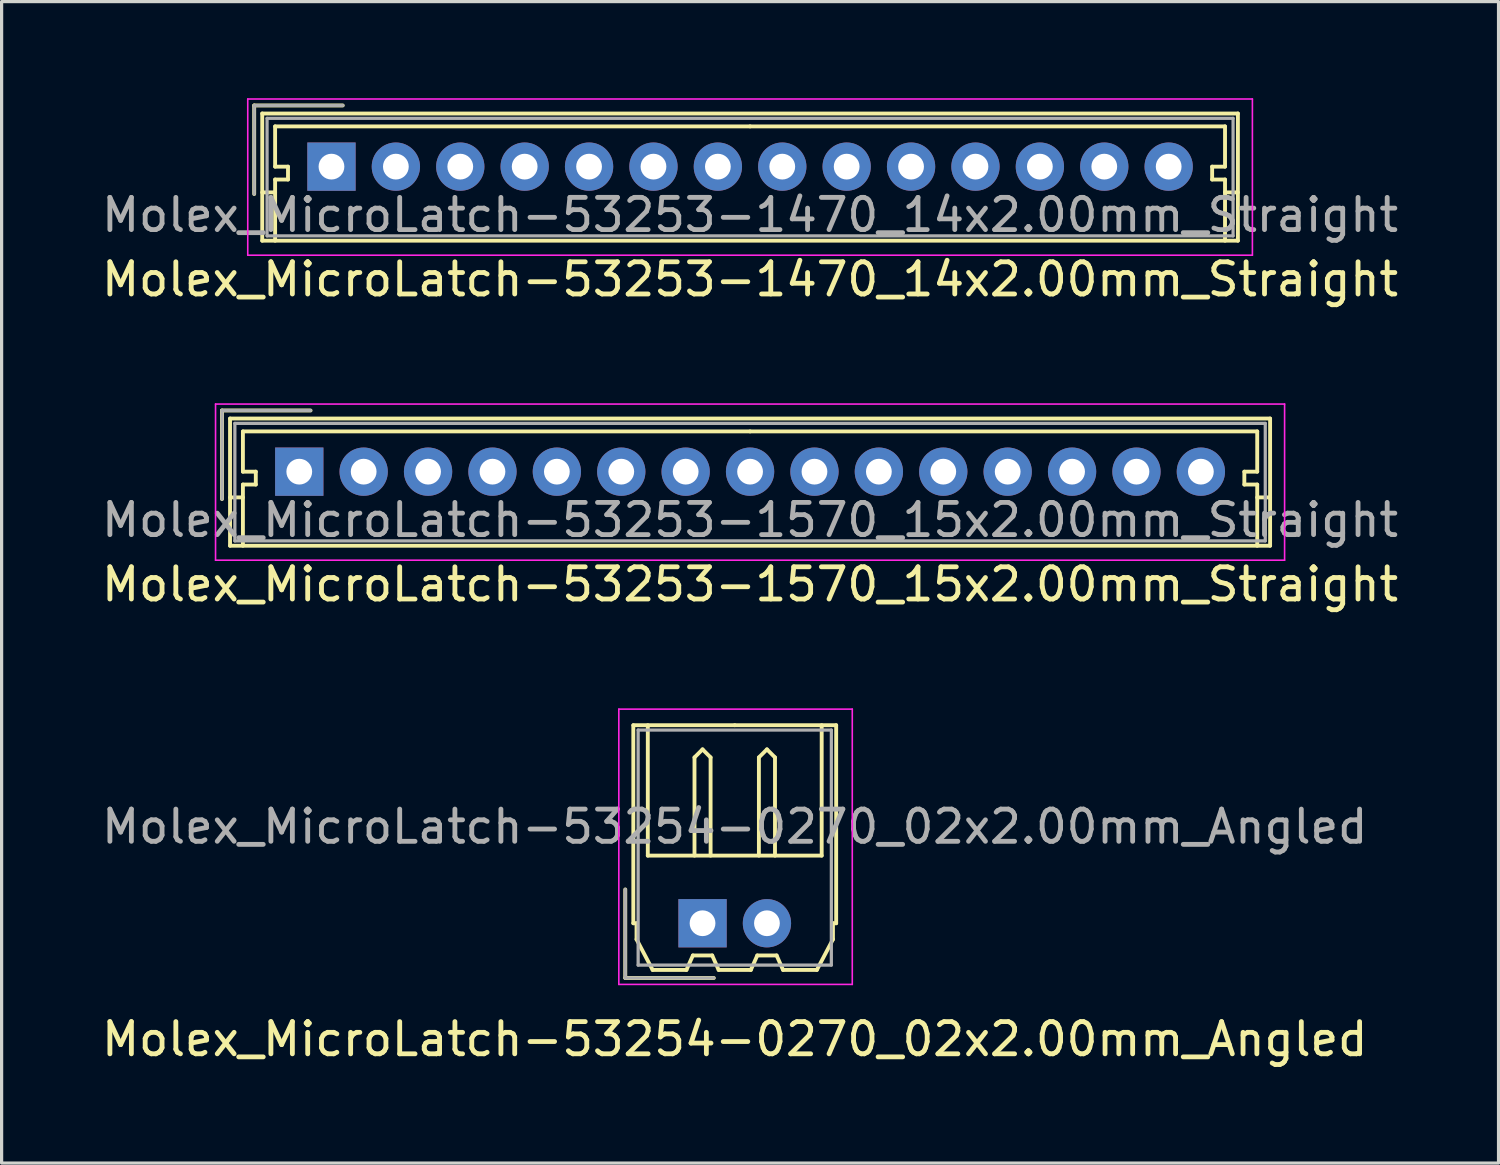
<source format=kicad_pcb>
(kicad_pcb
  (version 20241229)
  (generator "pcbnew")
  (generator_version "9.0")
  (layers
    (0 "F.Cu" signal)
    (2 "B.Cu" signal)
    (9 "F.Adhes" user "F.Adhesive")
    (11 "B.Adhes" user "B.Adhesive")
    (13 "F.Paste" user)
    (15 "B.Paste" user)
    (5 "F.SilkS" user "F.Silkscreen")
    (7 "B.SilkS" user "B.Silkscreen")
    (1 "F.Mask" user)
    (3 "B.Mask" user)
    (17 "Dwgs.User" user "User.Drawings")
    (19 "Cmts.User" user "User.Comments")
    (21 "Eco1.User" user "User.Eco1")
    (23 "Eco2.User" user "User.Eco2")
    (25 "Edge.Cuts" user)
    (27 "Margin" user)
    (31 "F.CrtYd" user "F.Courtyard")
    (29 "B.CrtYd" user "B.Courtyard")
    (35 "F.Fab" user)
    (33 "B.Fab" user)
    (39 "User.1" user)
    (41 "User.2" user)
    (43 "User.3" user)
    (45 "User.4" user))
  (footprint "Molex_MicroLatch-53253-1470_14x2.00mm_Straight"
    (layer "F.Cu")
    (at 7.244 2.125)
    (property "Reference" "Molex_MicroLatch-53253-1470_14x2.00mm_Straight" (at 13 3.5 0) (layer "F.SilkS") (effects (font (size 1 1) (thickness 0.15))))
    (attr through_hole)
    (fp_line (start -2.4 -1.9) (end -2.4 0.85) (stroke (width 0.12) (type solid)) (layer "F.SilkS"))
    (fp_line (start -2.15 -1.65) (end -2.15 2.3) (stroke (width 0.12) (type solid)) (layer "F.SilkS"))
    (fp_line (start -2.15 0.8) (end -1.75 0.8) (stroke (width 0.12) (type solid)) (layer "F.SilkS"))
    (fp_line (start -2.15 2.3) (end 28.15 2.3) (stroke (width 0.12) (type solid)) (layer "F.SilkS"))
    (fp_line (start -1.75 -1.25) (end -1.75 0) (stroke (width 0.12) (type solid)) (layer "F.SilkS"))
    (fp_line (start -1.75 0) (end -1.35 0) (stroke (width 0.12) (type solid)) (layer "F.SilkS"))
    (fp_line (start -1.75 0.4) (end -1.75 2.3) (stroke (width 0.12) (type solid)) (layer "F.SilkS"))
    (fp_line (start -1.35 0) (end -1.35 0.4) (stroke (width 0.12) (type solid)) (layer "F.SilkS"))
    (fp_line (start -1.35 0.4) (end -1.75 0.4) (stroke (width 0.12) (type solid)) (layer "F.SilkS"))
    (fp_line (start 0.35 -1.9) (end -2.4 -1.9) (stroke (width 0.12) (type solid)) (layer "F.SilkS"))
    (fp_line (start 13 -1.25) (end -1.75 -1.25) (stroke (width 0.12) (type solid)) (layer "F.SilkS"))
    (fp_line (start 13 -1.25) (end 27.75 -1.25) (stroke (width 0.12) (type solid)) (layer "F.SilkS"))
    (fp_line (start 27.35 0) (end 27.35 0.4) (stroke (width 0.12) (type solid)) (layer "F.SilkS"))
    (fp_line (start 27.35 0.4) (end 27.75 0.4) (stroke (width 0.12) (type solid)) (layer "F.SilkS"))
    (fp_line (start 27.75 -1.25) (end 27.75 0) (stroke (width 0.12) (type solid)) (layer "F.SilkS"))
    (fp_line (start 27.75 0) (end 27.35 0) (stroke (width 0.12) (type solid)) (layer "F.SilkS"))
    (fp_line (start 27.75 0.4) (end 27.75 2.3) (stroke (width 0.12) (type solid)) (layer "F.SilkS"))
    (fp_line (start 28.15 -1.65) (end -2.15 -1.65) (stroke (width 0.12) (type solid)) (layer "F.SilkS"))
    (fp_line (start 28.15 0.8) (end 27.75 0.8) (stroke (width 0.12) (type solid)) (layer "F.SilkS"))
    (fp_line (start 28.15 2.3) (end 28.15 -1.65) (stroke (width 0.12) (type solid)) (layer "F.SilkS"))
    (fp_line (start -2.6 -2.1) (end -2.6 2.75) (stroke (width 0.05) (type solid)) (layer "F.CrtYd"))
    (fp_line (start -2.6 2.75) (end 28.6 2.75) (stroke (width 0.05) (type solid)) (layer "F.CrtYd"))
    (fp_line (start 28.6 -2.1) (end -2.6 -2.1) (stroke (width 0.05) (type solid)) (layer "F.CrtYd"))
    (fp_line (start 28.6 2.75) (end 28.6 -2.1) (stroke (width 0.05) (type solid)) (layer "F.CrtYd"))
    (fp_line (start -2.4 -1.9) (end -2.4 0.85) (stroke (width 0.1) (type solid)) (layer "F.Fab"))
    (fp_line (start -2 -1.5) (end -2 2.15) (stroke (width 0.1) (type solid)) (layer "F.Fab"))
    (fp_line (start -2 2.15) (end 28 2.15) (stroke (width 0.1) (type solid)) (layer "F.Fab"))
    (fp_line (start 0.35 -1.9) (end -2.4 -1.9) (stroke (width 0.1) (type solid)) (layer "F.Fab"))
    (fp_line (start 28 -1.5) (end -2 -1.5) (stroke (width 0.1) (type solid)) (layer "F.Fab"))
    (fp_line (start 28 2.15) (end 28 -1.5) (stroke (width 0.1) (type solid)) (layer "F.Fab"))
    (fp_text user "${REFERENCE}" (at 13 1.5 0) (layer "F.Fab") (effects (font (size 1 1) (thickness 0.15))))
    (pad "1" thru_hole rect (at 0 0) (size 1.5 1.5) (drill 0.8) (layers "*.Cu" "*.Mask"))
    (pad "2" thru_hole circle (at 2 0) (size 1.5 1.5) (drill 0.8) (layers "*.Cu" "*.Mask"))
    (pad "3" thru_hole circle (at 4 0) (size 1.5 1.5) (drill 0.8) (layers "*.Cu" "*.Mask"))
    (pad "4" thru_hole circle (at 6 0) (size 1.5 1.5) (drill 0.8) (layers "*.Cu" "*.Mask"))
    (pad "5" thru_hole circle (at 8 0) (size 1.5 1.5) (drill 0.8) (layers "*.Cu" "*.Mask"))
    (pad "6" thru_hole circle (at 10 0) (size 1.5 1.5) (drill 0.8) (layers "*.Cu" "*.Mask"))
    (pad "7" thru_hole circle (at 12 0) (size 1.5 1.5) (drill 0.8) (layers "*.Cu" "*.Mask"))
    (pad "8" thru_hole circle (at 14 0) (size 1.5 1.5) (drill 0.8) (layers "*.Cu" "*.Mask"))
    (pad "9" thru_hole circle (at 16 0) (size 1.5 1.5) (drill 0.8) (layers "*.Cu" "*.Mask"))
    (pad "10" thru_hole circle (at 18 0) (size 1.5 1.5) (drill 0.8) (layers "*.Cu" "*.Mask"))
    (pad "11" thru_hole circle (at 20 0) (size 1.5 1.5) (drill 0.8) (layers "*.Cu" "*.Mask"))
    (pad "12" thru_hole circle (at 22 0) (size 1.5 1.5) (drill 0.8) (layers "*.Cu" "*.Mask"))
    (pad "13" thru_hole circle (at 24 0) (size 1.5 1.5) (drill 0.8) (layers "*.Cu" "*.Mask"))
    (pad "14" thru_hole circle (at 26 0) (size 1.5 1.5) (drill 0.8) (layers "*.Cu" "*.Mask")))
  (footprint "Molex_MicroLatch-53254-0270_02x2.00mm_Angled"
    (layer "F.Cu")
    (at 18.768 25.622)
    (property "Reference" "Molex_MicroLatch-53254-0270_02x2.00mm_Angled" (at 1 3.6 0) (layer "F.SilkS") (effects (font (size 1 1) (thickness 0.15))))
    (attr through_hole)
    (fp_line (start -2.4 1.7) (end -2.4 -1.05) (stroke (width 0.12) (type solid)) (layer "F.SilkS"))
    (fp_line (start -2.15 -6.15) (end 1 -6.15) (stroke (width 0.12) (type solid)) (layer "F.SilkS"))
    (fp_line (start -2.15 0) (end -2.15 -6.15) (stroke (width 0.12) (type solid)) (layer "F.SilkS"))
    (fp_line (start -2.05 0) (end -2.15 0) (stroke (width 0.12) (type solid)) (layer "F.SilkS"))
    (fp_line (start -2.05 0.5) (end -2.05 0) (stroke (width 0.12) (type solid)) (layer "F.SilkS"))
    (fp_line (start -1.7 -6.15) (end -1.7 -2.1) (stroke (width 0.12) (type solid)) (layer "F.SilkS"))
    (fp_line (start -1.7 -2.1) (end 3.7 -2.1) (stroke (width 0.12) (type solid)) (layer "F.SilkS"))
    (fp_line (start -1.55 1.45) (end -2.05 0.5) (stroke (width 0.12) (type solid)) (layer "F.SilkS"))
    (fp_line (start -0.5 1.45) (end -1.55 1.45) (stroke (width 0.12) (type solid)) (layer "F.SilkS"))
    (fp_line (start -0.3 1) (end -0.5 1.45) (stroke (width 0.12) (type solid)) (layer "F.SilkS"))
    (fp_line (start -0.3 1) (end 0.3 1) (stroke (width 0.12) (type solid)) (layer "F.SilkS"))
    (fp_line (start -0.25 -5.15) (end 0 -5.4) (stroke (width 0.12) (type solid)) (layer "F.SilkS"))
    (fp_line (start -0.25 -2.1) (end -0.25 -5.15) (stroke (width 0.12) (type solid)) (layer "F.SilkS"))
    (fp_line (start 0 -5.4) (end 0.25 -5.15) (stroke (width 0.12) (type solid)) (layer "F.SilkS"))
    (fp_line (start 0.25 -5.15) (end 0.25 -2.1) (stroke (width 0.12) (type solid)) (layer "F.SilkS"))
    (fp_line (start 0.3 1) (end 0.5 1.45) (stroke (width 0.12) (type solid)) (layer "F.SilkS"))
    (fp_line (start 0.35 1.7) (end -2.4 1.7) (stroke (width 0.12) (type solid)) (layer "F.SilkS"))
    (fp_line (start 0.5 1.45) (end 1.5 1.45) (stroke (width 0.12) (type solid)) (layer "F.SilkS"))
    (fp_line (start 1.5 1.45) (end 1.7 1) (stroke (width 0.12) (type solid)) (layer "F.SilkS"))
    (fp_line (start 1.7 1) (end 2.3 1) (stroke (width 0.12) (type solid)) (layer "F.SilkS"))
    (fp_line (start 1.75 -5.15) (end 2 -5.4) (stroke (width 0.12) (type solid)) (layer "F.SilkS"))
    (fp_line (start 1.75 -2.1) (end 1.75 -5.15) (stroke (width 0.12) (type solid)) (layer "F.SilkS"))
    (fp_line (start 2 -5.4) (end 2.25 -5.15) (stroke (width 0.12) (type solid)) (layer "F.SilkS"))
    (fp_line (start 2.25 -5.15) (end 2.25 -2.1) (stroke (width 0.12) (type solid)) (layer "F.SilkS"))
    (fp_line (start 2.3 1) (end 2.5 1.45) (stroke (width 0.12) (type solid)) (layer "F.SilkS"))
    (fp_line (start 2.5 1.45) (end 3.55 1.45) (stroke (width 0.12) (type solid)) (layer "F.SilkS"))
    (fp_line (start 3.55 1.45) (end 4.05 0.5) (stroke (width 0.12) (type solid)) (layer "F.SilkS"))
    (fp_line (start 3.7 -2.1) (end 3.7 -6.15) (stroke (width 0.12) (type solid)) (layer "F.SilkS"))
    (fp_line (start 4.05 0) (end 4.15 0) (stroke (width 0.12) (type solid)) (layer "F.SilkS"))
    (fp_line (start 4.05 0.5) (end 4.05 0) (stroke (width 0.12) (type solid)) (layer "F.SilkS"))
    (fp_line (start 4.15 -6.15) (end 1 -6.15) (stroke (width 0.12) (type solid)) (layer "F.SilkS"))
    (fp_line (start 4.15 0) (end 4.15 -6.15) (stroke (width 0.12) (type solid)) (layer "F.SilkS"))
    (fp_line (start -2.6 -6.65) (end -2.6 1.9) (stroke (width 0.05) (type solid)) (layer "F.CrtYd"))
    (fp_line (start -2.6 1.9) (end 4.65 1.9) (stroke (width 0.05) (type solid)) (layer "F.CrtYd"))
    (fp_line (start 4.65 -6.65) (end -2.6 -6.65) (stroke (width 0.05) (type solid)) (layer "F.CrtYd"))
    (fp_line (start 4.65 1.9) (end 4.65 -6.65) (stroke (width 0.05) (type solid)) (layer "F.CrtYd"))
    (fp_line (start -2.4 1.7) (end -2.4 -1.05) (stroke (width 0.1) (type solid)) (layer "F.Fab"))
    (fp_line (start -2 -6) (end -2 1.3) (stroke (width 0.1) (type solid)) (layer "F.Fab"))
    (fp_line (start -2 1.3) (end 4 1.3) (stroke (width 0.1) (type solid)) (layer "F.Fab"))
    (fp_line (start 0.35 1.7) (end -2.4 1.7) (stroke (width 0.1) (type solid)) (layer "F.Fab"))
    (fp_line (start 4 -6) (end -2 -6) (stroke (width 0.1) (type solid)) (layer "F.Fab"))
    (fp_line (start 4 1.3) (end 4 -6) (stroke (width 0.1) (type solid)) (layer "F.Fab"))
    (fp_text user "${REFERENCE}" (at 1 -3 0) (layer "F.Fab") (effects (font (size 1 1) (thickness 0.15))))
    (pad "1" thru_hole rect (at 0 0) (size 1.5 1.5) (drill 0.8) (layers "*.Cu" "*.Mask"))
    (pad "2" thru_hole circle (at 2 0) (size 1.5 1.5) (drill 0.8) (layers "*.Cu" "*.Mask")))
  (footprint "Molex_MicroLatch-53253-1570_15x2.00mm_Straight"
    (layer "F.Cu")
    (at 6.244 11.598)
    (property "Reference" "Molex_MicroLatch-53253-1570_15x2.00mm_Straight" (at 14 3.5 0) (layer "F.SilkS") (effects (font (size 1 1) (thickness 0.15))))
    (attr through_hole)
    (fp_line (start -2.4 -1.9) (end -2.4 0.85) (stroke (width 0.12) (type solid)) (layer "F.SilkS"))
    (fp_line (start -2.15 -1.65) (end -2.15 2.3) (stroke (width 0.12) (type solid)) (layer "F.SilkS"))
    (fp_line (start -2.15 0.8) (end -1.75 0.8) (stroke (width 0.12) (type solid)) (layer "F.SilkS"))
    (fp_line (start -2.15 2.3) (end 30.15 2.3) (stroke (width 0.12) (type solid)) (layer "F.SilkS"))
    (fp_line (start -1.75 -1.25) (end -1.75 0) (stroke (width 0.12) (type solid)) (layer "F.SilkS"))
    (fp_line (start -1.75 0) (end -1.35 0) (stroke (width 0.12) (type solid)) (layer "F.SilkS"))
    (fp_line (start -1.75 0.4) (end -1.75 2.3) (stroke (width 0.12) (type solid)) (layer "F.SilkS"))
    (fp_line (start -1.35 0) (end -1.35 0.4) (stroke (width 0.12) (type solid)) (layer "F.SilkS"))
    (fp_line (start -1.35 0.4) (end -1.75 0.4) (stroke (width 0.12) (type solid)) (layer "F.SilkS"))
    (fp_line (start 0.35 -1.9) (end -2.4 -1.9) (stroke (width 0.12) (type solid)) (layer "F.SilkS"))
    (fp_line (start 14 -1.25) (end -1.75 -1.25) (stroke (width 0.12) (type solid)) (layer "F.SilkS"))
    (fp_line (start 14 -1.25) (end 29.75 -1.25) (stroke (width 0.12) (type solid)) (layer "F.SilkS"))
    (fp_line (start 29.35 0) (end 29.35 0.4) (stroke (width 0.12) (type solid)) (layer "F.SilkS"))
    (fp_line (start 29.35 0.4) (end 29.75 0.4) (stroke (width 0.12) (type solid)) (layer "F.SilkS"))
    (fp_line (start 29.75 -1.25) (end 29.75 0) (stroke (width 0.12) (type solid)) (layer "F.SilkS"))
    (fp_line (start 29.75 0) (end 29.35 0) (stroke (width 0.12) (type solid)) (layer "F.SilkS"))
    (fp_line (start 29.75 0.4) (end 29.75 2.3) (stroke (width 0.12) (type solid)) (layer "F.SilkS"))
    (fp_line (start 30.15 -1.65) (end -2.15 -1.65) (stroke (width 0.12) (type solid)) (layer "F.SilkS"))
    (fp_line (start 30.15 0.8) (end 29.75 0.8) (stroke (width 0.12) (type solid)) (layer "F.SilkS"))
    (fp_line (start 30.15 2.3) (end 30.15 -1.65) (stroke (width 0.12) (type solid)) (layer "F.SilkS"))
    (fp_line (start -2.6 -2.1) (end -2.6 2.75) (stroke (width 0.05) (type solid)) (layer "F.CrtYd"))
    (fp_line (start -2.6 2.75) (end 30.6 2.75) (stroke (width 0.05) (type solid)) (layer "F.CrtYd"))
    (fp_line (start 30.6 -2.1) (end -2.6 -2.1) (stroke (width 0.05) (type solid)) (layer "F.CrtYd"))
    (fp_line (start 30.6 2.75) (end 30.6 -2.1) (stroke (width 0.05) (type solid)) (layer "F.CrtYd"))
    (fp_line (start -2.4 -1.9) (end -2.4 0.85) (stroke (width 0.1) (type solid)) (layer "F.Fab"))
    (fp_line (start -2 -1.5) (end -2 2.15) (stroke (width 0.1) (type solid)) (layer "F.Fab"))
    (fp_line (start -2 2.15) (end 30 2.15) (stroke (width 0.1) (type solid)) (layer "F.Fab"))
    (fp_line (start 0.35 -1.9) (end -2.4 -1.9) (stroke (width 0.1) (type solid)) (layer "F.Fab"))
    (fp_line (start 30 -1.5) (end -2 -1.5) (stroke (width 0.1) (type solid)) (layer "F.Fab"))
    (fp_line (start 30 2.15) (end 30 -1.5) (stroke (width 0.1) (type solid)) (layer "F.Fab"))
    (fp_text user "${REFERENCE}" (at 14 1.5 0) (layer "F.Fab") (effects (font (size 1 1) (thickness 0.15))))
    (pad "1" thru_hole rect (at 0 0) (size 1.5 1.5) (drill 0.8) (layers "*.Cu" "*.Mask"))
    (pad "2" thru_hole circle (at 2 0) (size 1.5 1.5) (drill 0.8) (layers "*.Cu" "*.Mask"))
    (pad "3" thru_hole circle (at 4 0) (size 1.5 1.5) (drill 0.8) (layers "*.Cu" "*.Mask"))
    (pad "4" thru_hole circle (at 6 0) (size 1.5 1.5) (drill 0.8) (layers "*.Cu" "*.Mask"))
    (pad "5" thru_hole circle (at 8 0) (size 1.5 1.5) (drill 0.8) (layers "*.Cu" "*.Mask"))
    (pad "6" thru_hole circle (at 10 0) (size 1.5 1.5) (drill 0.8) (layers "*.Cu" "*.Mask"))
    (pad "7" thru_hole circle (at 12 0) (size 1.5 1.5) (drill 0.8) (layers "*.Cu" "*.Mask"))
    (pad "8" thru_hole circle (at 14 0) (size 1.5 1.5) (drill 0.8) (layers "*.Cu" "*.Mask"))
    (pad "9" thru_hole circle (at 16 0) (size 1.5 1.5) (drill 0.8) (layers "*.Cu" "*.Mask"))
    (pad "10" thru_hole circle (at 18 0) (size 1.5 1.5) (drill 0.8) (layers "*.Cu" "*.Mask"))
    (pad "11" thru_hole circle (at 20 0) (size 1.5 1.5) (drill 0.8) (layers "*.Cu" "*.Mask"))
    (pad "12" thru_hole circle (at 22 0) (size 1.5 1.5) (drill 0.8) (layers "*.Cu" "*.Mask"))
    (pad "13" thru_hole circle (at 24 0) (size 1.5 1.5) (drill 0.8) (layers "*.Cu" "*.Mask"))
    (pad "14" thru_hole circle (at 26 0) (size 1.5 1.5) (drill 0.8) (layers "*.Cu" "*.Mask"))
    (pad "15" thru_hole circle (at 28 0) (size 1.5 1.5) (drill 0.8) (layers "*.Cu" "*.Mask")))
  (gr_rect
    (start -3 -3)
    (end 43.488 33.07)
    (stroke (width 0.1) (type default))
    (fill no)
    (layer "Edge.Cuts")))
</source>
